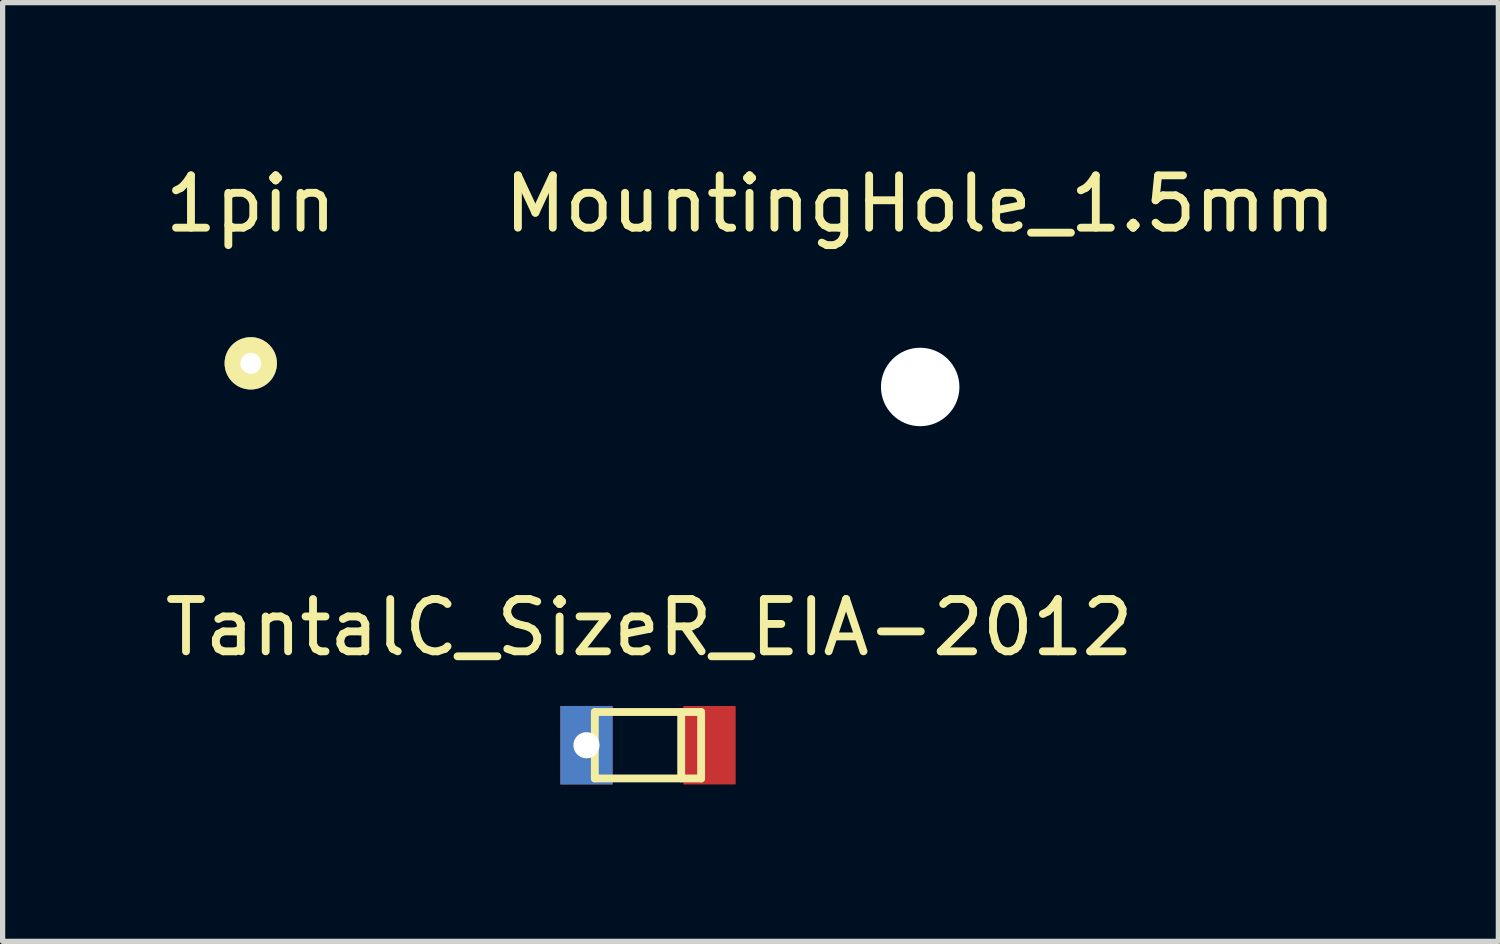
<source format=kicad_pcb>
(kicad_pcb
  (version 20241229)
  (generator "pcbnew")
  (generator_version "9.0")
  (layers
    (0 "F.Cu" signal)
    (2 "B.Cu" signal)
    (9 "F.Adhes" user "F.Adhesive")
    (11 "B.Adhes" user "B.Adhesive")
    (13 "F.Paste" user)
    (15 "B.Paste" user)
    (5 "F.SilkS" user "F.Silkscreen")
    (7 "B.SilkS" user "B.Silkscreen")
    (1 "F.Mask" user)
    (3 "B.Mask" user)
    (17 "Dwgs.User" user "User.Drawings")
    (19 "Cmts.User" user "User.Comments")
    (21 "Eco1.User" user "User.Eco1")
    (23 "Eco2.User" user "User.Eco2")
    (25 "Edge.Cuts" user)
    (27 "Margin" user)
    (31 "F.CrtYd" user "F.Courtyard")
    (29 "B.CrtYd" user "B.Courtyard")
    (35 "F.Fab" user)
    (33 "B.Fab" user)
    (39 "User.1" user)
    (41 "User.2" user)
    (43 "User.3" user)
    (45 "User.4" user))
  (footprint "MountingHole_1.5mm"
    (layer "F.Cu")
    (at 14.542 4.348)
    (property "Reference" "MountingHole_1.5mm" (at 0 -3.5 0) (layer "F.SilkS") (effects (font (size 1 1) (thickness 0.15))))
    (attr through_hole)
    (pad "" np_thru_hole circle (at 0 0) (size 1.5 1.5) (drill 1.5) (layers "*.Cu")))
  (footprint "TantalC_SizeR_EIA-2012"
    (layer "F.Cu")
    (at 9.338 11.197)
    (property "Reference" "TantalC_SizeR_EIA-2012" (at 0.025 -2.25 0) (layer "F.SilkS") (effects (font (size 1 1) (thickness 0.15))))
    (attr through_hole)
    (fp_line (start -1.016 -0.635) (end -1.016 0.635) (stroke (width 0.15) (type solid)) (layer "F.SilkS"))
    (fp_line (start -1.016 0.635) (end 1.016 0.635) (stroke (width 0.15) (type solid)) (layer "F.SilkS"))
    (fp_line (start 0.635 -0.635) (end 0.635 0.635) (stroke (width 0.15) (type solid)) (layer "F.SilkS"))
    (fp_line (start 1.016 -0.635) (end -1.016 -0.635) (stroke (width 0.15) (type solid)) (layer "F.SilkS"))
    (fp_line (start 1.016 0.635) (end 1.016 -0.635) (stroke (width 0.15) (type solid)) (layer "F.SilkS"))
    (pad "1" smd rect (at 1.176 0) (size 1 1.5) (layers "F.Cu" "F.Mask" "F.Paste"))
    (pad "2" thru_hole rect (at -1.176 0) (size 1 1.5) (drill 0.5) (layers "*.Cu" "*.Mask" "F.Paste")))
  (footprint "1pin"
    (layer "F.Cu")
    (at 1.744 3.896)
    (property "Reference" "1pin" (at 0 -3.048 0) (layer "F.SilkS") (effects (font (size 1 1) (thickness 0.15))))
    (attr through_hole)
    (pad "1" thru_hole circle (at 0 0) (size 1 1) (drill 0.4) (layers "*.Cu" "*.Mask" "F.SilkS")))
  (gr_rect
    (start -3 -3)
    (end 25.595 14.947)
    (stroke (width 0.1) (type default))
    (fill no)
    (layer "Edge.Cuts")))
</source>
